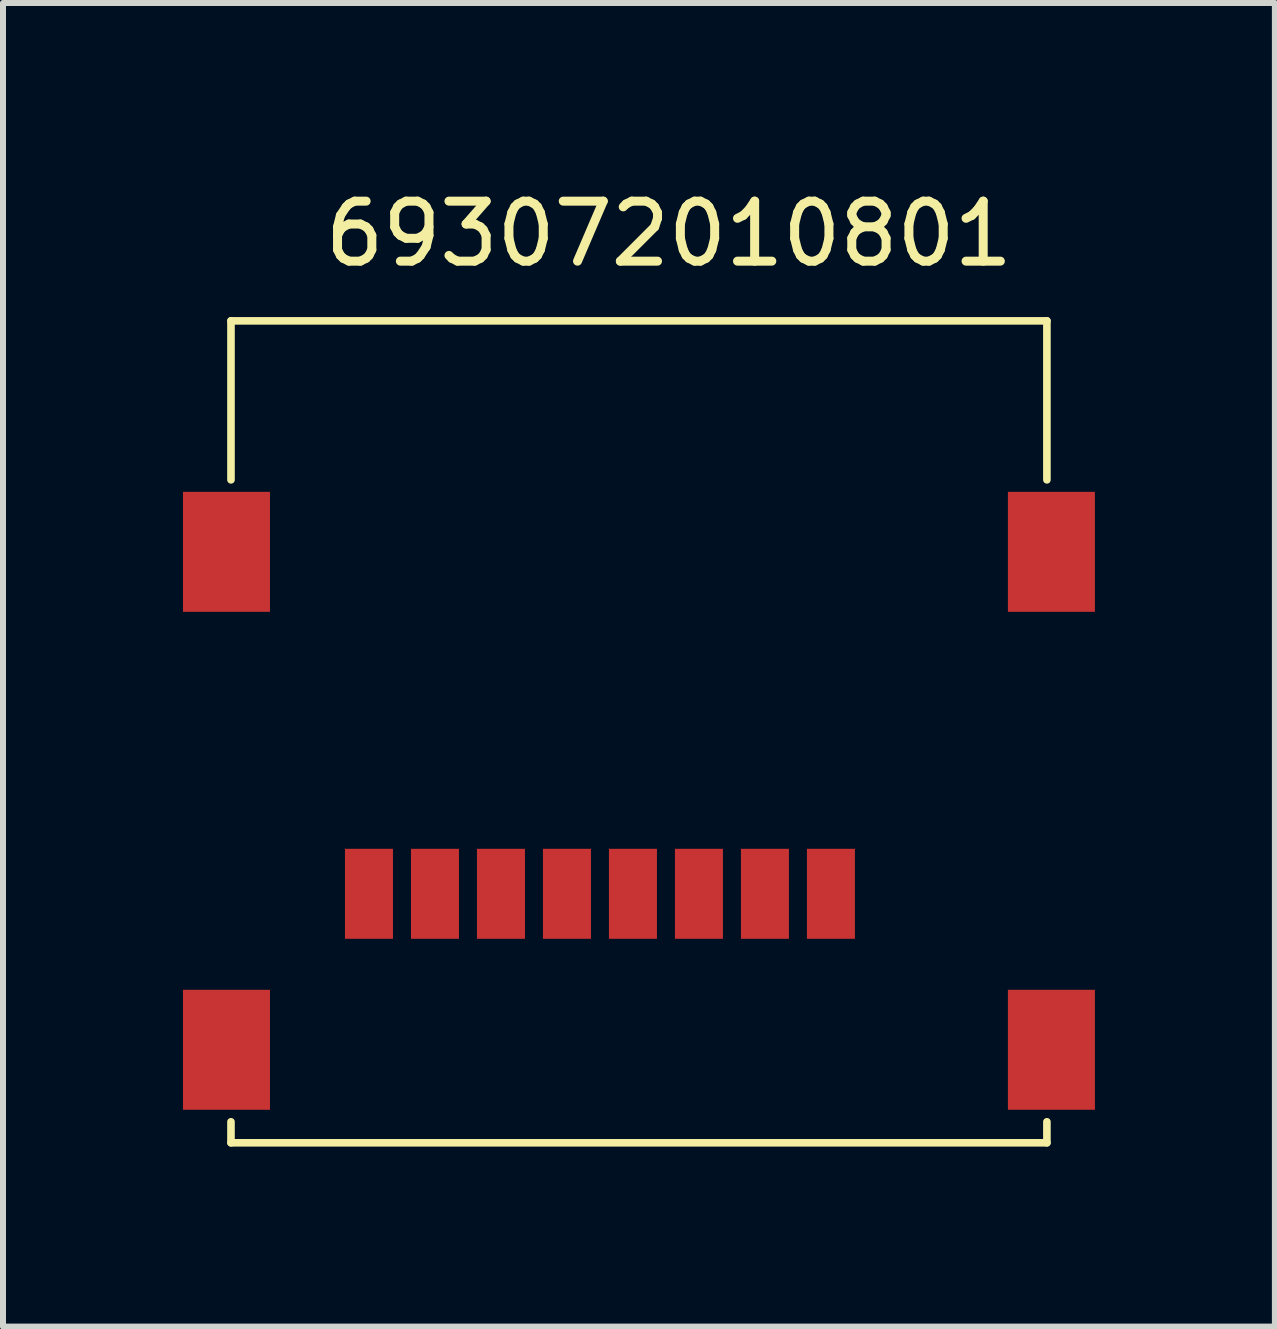
<source format=kicad_pcb>
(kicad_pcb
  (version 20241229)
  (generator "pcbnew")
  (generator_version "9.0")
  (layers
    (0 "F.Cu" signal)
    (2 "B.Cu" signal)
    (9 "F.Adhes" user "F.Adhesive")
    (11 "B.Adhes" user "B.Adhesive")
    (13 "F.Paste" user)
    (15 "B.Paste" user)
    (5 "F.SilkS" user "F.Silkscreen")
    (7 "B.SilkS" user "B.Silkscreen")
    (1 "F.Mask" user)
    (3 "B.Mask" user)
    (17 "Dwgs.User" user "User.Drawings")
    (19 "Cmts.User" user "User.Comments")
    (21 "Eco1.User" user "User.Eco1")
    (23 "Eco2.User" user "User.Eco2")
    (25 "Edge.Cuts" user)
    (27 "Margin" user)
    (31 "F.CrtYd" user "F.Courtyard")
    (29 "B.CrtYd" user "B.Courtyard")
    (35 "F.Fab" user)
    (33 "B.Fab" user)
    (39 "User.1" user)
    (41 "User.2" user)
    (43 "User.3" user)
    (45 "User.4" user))
  (footprint "693072010801"
    (layer "F.Cu")
    (at 3.1 11.848)
    (property "Reference" "693072010801" (at 5 -11 0) (layer "F.SilkS") (effects (font (size 1 1) (thickness 0.15))))
    (attr smd)
    (fp_line (start -2.3 -9.55) (end 11.3 -9.55) (stroke (width 0.127) (type solid)) (layer "F.SilkS"))
    (fp_line (start -2.3 -6.9) (end -2.3 -9.55) (stroke (width 0.127) (type solid)) (layer "F.SilkS"))
    (fp_line (start -2.3 3.8) (end -2.3 4.15) (stroke (width 0.127) (type solid)) (layer "F.SilkS"))
    (fp_line (start 11.3 -6.9) (end 11.3 -9.55) (stroke (width 0.127) (type solid)) (layer "F.SilkS"))
    (fp_line (start 11.3 3.8) (end 11.3 4.15) (stroke (width 0.127) (type solid)) (layer "F.SilkS"))
    (fp_line (start 11.3 4.15) (end -2.3 4.15) (stroke (width 0.127) (type solid)) (layer "F.SilkS"))
    (pad "1" smd rect (at 7.7 0) (size 0.8 1.5) (layers "F.Cu" "F.Mask" "F.Paste"))
    (pad "2" smd rect (at 6.6 0) (size 0.8 1.5) (layers "F.Cu" "F.Mask" "F.Paste"))
    (pad "3" smd rect (at 5.5 0) (size 0.8 1.5) (layers "F.Cu" "F.Mask" "F.Paste"))
    (pad "4" smd rect (at 4.4 0) (size 0.8 1.5) (layers "F.Cu" "F.Mask" "F.Paste"))
    (pad "5" smd rect (at 3.3 0) (size 0.8 1.5) (layers "F.Cu" "F.Mask" "F.Paste"))
    (pad "6" smd rect (at 2.2 0) (size 0.8 1.5) (layers "F.Cu" "F.Mask" "F.Paste"))
    (pad "7" smd rect (at 1.1 0) (size 0.8 1.5) (layers "F.Cu" "F.Mask" "F.Paste"))
    (pad "8" smd rect (at 0 0) (size 0.8 1.5) (layers "F.Cu" "F.Mask" "F.Paste"))
    (pad "Z1" smd rect (at -2.375 -5.7) (size 1.45 2) (layers "F.Cu" "F.Mask" "F.Paste"))
    (pad "Z2" smd rect (at 11.375 -5.7) (size 1.45 2) (layers "F.Cu" "F.Mask" "F.Paste"))
    (pad "Z3" smd rect (at -2.375 2.6) (size 1.45 2) (layers "F.Cu" "F.Mask" "F.Paste"))
    (pad "Z4" smd rect (at 11.375 2.6) (size 1.45 2) (layers "F.Cu" "F.Mask" "F.Paste")))
  (gr_rect
    (start -3 -3)
    (end 18.2 19.062)
    (stroke (width 0.1) (type default))
    (fill no)
    (layer "Edge.Cuts")))
</source>
